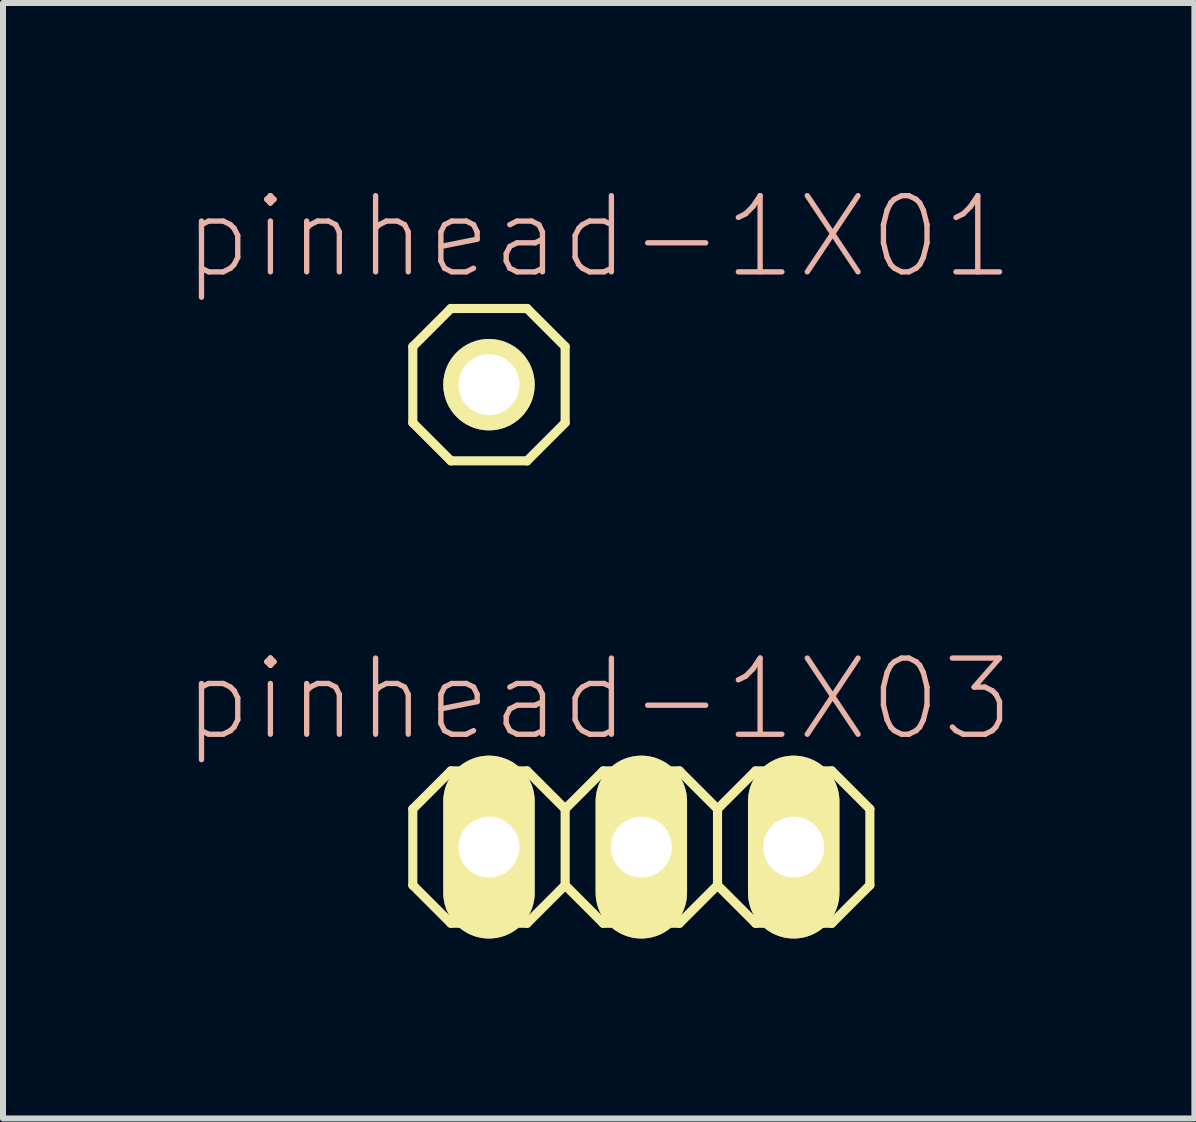
<source format=kicad_pcb>
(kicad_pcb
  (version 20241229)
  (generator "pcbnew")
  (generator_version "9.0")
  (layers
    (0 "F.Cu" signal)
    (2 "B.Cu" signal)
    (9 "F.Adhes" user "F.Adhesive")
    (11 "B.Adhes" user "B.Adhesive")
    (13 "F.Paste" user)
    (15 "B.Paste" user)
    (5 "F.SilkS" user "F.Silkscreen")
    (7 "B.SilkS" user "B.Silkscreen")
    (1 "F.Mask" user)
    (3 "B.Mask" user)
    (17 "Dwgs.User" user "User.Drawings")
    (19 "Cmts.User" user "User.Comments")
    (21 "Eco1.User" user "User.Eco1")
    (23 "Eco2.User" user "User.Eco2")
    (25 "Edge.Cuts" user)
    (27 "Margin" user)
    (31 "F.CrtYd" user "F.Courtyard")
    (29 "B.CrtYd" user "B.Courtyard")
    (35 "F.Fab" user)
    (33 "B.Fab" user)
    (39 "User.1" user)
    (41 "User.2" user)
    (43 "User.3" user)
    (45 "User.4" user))
  (footprint "pinhead-1X01"
    (layer "F.Cu")
    (at 5.102 3.363)
    (property "Reference" "pinhead-1X01" (at 1.829 -2.464 0) (layer "B.SilkS") (effects (font (size 1.27 1.27) (thickness 0.089))))
    (attr exclude_from_pos_files exclude_from_bom)
    (fp_line (start -1.27 -0.635) (end -1.27 0.635) (stroke (width 0.152) (type solid)) (layer "F.SilkS"))
    (fp_line (start -1.27 0.635) (end -0.635 1.27) (stroke (width 0.152) (type solid)) (layer "F.SilkS"))
    (fp_line (start -0.635 -1.27) (end -1.27 -0.635) (stroke (width 0.152) (type solid)) (layer "F.SilkS"))
    (fp_line (start -0.635 -1.27) (end 0.635 -1.27) (stroke (width 0.152) (type solid)) (layer "F.SilkS"))
    (fp_line (start -0.254 -0.254) (end 0.254 -0.254) (stroke (width 0.066) (type solid)) (layer "F.SilkS"))
    (fp_line (start -0.254 0.254) (end -0.254 -0.254) (stroke (width 0.066) (type solid)) (layer "F.SilkS"))
    (fp_line (start -0.254 0.254) (end 0.254 0.254) (stroke (width 0.066) (type solid)) (layer "F.SilkS"))
    (fp_line (start 0.254 0.254) (end 0.254 -0.254) (stroke (width 0.066) (type solid)) (layer "F.SilkS"))
    (fp_line (start 0.635 -1.27) (end 1.27 -0.635) (stroke (width 0.152) (type solid)) (layer "F.SilkS"))
    (fp_line (start 0.635 1.27) (end -0.635 1.27) (stroke (width 0.152) (type solid)) (layer "F.SilkS"))
    (fp_line (start 1.27 -0.635) (end 1.27 0.635) (stroke (width 0.152) (type solid)) (layer "F.SilkS"))
    (fp_line (start 1.27 0.635) (end 0.635 1.27) (stroke (width 0.152) (type solid)) (layer "F.SilkS"))
    (pad "1" thru_hole circle (at 0 0) (size 1.524 1.524) (drill 1.016) (layers "*.Cu" "F.Mask" "F.SilkS" "F.Paste")))
  (footprint "pinhead-1X03"
    (layer "F.Cu")
    (at 7.642 11.072)
    (property "Reference" "pinhead-1X03" (at -0.711 -2.464 0) (layer "B.SilkS") (effects (font (size 1.27 1.27) (thickness 0.089))))
    (attr exclude_from_pos_files exclude_from_bom)
    (fp_line (start -3.81 -0.635) (end -3.81 0.635) (stroke (width 0.152) (type solid)) (layer "F.SilkS"))
    (fp_line (start -3.81 0.635) (end -3.175 1.27) (stroke (width 0.152) (type solid)) (layer "F.SilkS"))
    (fp_line (start -3.175 -1.27) (end -3.81 -0.635) (stroke (width 0.152) (type solid)) (layer "F.SilkS"))
    (fp_line (start -3.175 -1.27) (end -1.905 -1.27) (stroke (width 0.152) (type solid)) (layer "F.SilkS"))
    (fp_line (start -2.794 -0.254) (end -2.286 -0.254) (stroke (width 0.066) (type solid)) (layer "F.SilkS"))
    (fp_line (start -2.794 0.254) (end -2.794 -0.254) (stroke (width 0.066) (type solid)) (layer "F.SilkS"))
    (fp_line (start -2.794 0.254) (end -2.286 0.254) (stroke (width 0.066) (type solid)) (layer "F.SilkS"))
    (fp_line (start -2.286 0.254) (end -2.286 -0.254) (stroke (width 0.066) (type solid)) (layer "F.SilkS"))
    (fp_line (start -1.905 -1.27) (end -1.27 -0.635) (stroke (width 0.152) (type solid)) (layer "F.SilkS"))
    (fp_line (start -1.905 1.27) (end -3.175 1.27) (stroke (width 0.152) (type solid)) (layer "F.SilkS"))
    (fp_line (start -1.27 -0.635) (end -1.27 0.635) (stroke (width 0.152) (type solid)) (layer "F.SilkS"))
    (fp_line (start -1.27 -0.635) (end -0.635 -1.27) (stroke (width 0.152) (type solid)) (layer "F.SilkS"))
    (fp_line (start -1.27 0.635) (end -1.905 1.27) (stroke (width 0.152) (type solid)) (layer "F.SilkS"))
    (fp_line (start -0.635 -1.27) (end 0.635 -1.27) (stroke (width 0.152) (type solid)) (layer "F.SilkS"))
    (fp_line (start -0.635 1.27) (end -1.27 0.635) (stroke (width 0.152) (type solid)) (layer "F.SilkS"))
    (fp_line (start -0.254 -0.254) (end 0.254 -0.254) (stroke (width 0.066) (type solid)) (layer "F.SilkS"))
    (fp_line (start -0.254 0.254) (end -0.254 -0.254) (stroke (width 0.066) (type solid)) (layer "F.SilkS"))
    (fp_line (start -0.254 0.254) (end 0.254 0.254) (stroke (width 0.066) (type solid)) (layer "F.SilkS"))
    (fp_line (start 0.254 0.254) (end 0.254 -0.254) (stroke (width 0.066) (type solid)) (layer "F.SilkS"))
    (fp_line (start 0.635 -1.27) (end 1.27 -0.635) (stroke (width 0.152) (type solid)) (layer "F.SilkS"))
    (fp_line (start 0.635 1.27) (end -0.635 1.27) (stroke (width 0.152) (type solid)) (layer "F.SilkS"))
    (fp_line (start 1.27 -0.635) (end 1.27 0.635) (stroke (width 0.152) (type solid)) (layer "F.SilkS"))
    (fp_line (start 1.27 -0.635) (end 1.905 -1.27) (stroke (width 0.152) (type solid)) (layer "F.SilkS"))
    (fp_line (start 1.27 0.635) (end 0.635 1.27) (stroke (width 0.152) (type solid)) (layer "F.SilkS"))
    (fp_line (start 1.905 -1.27) (end 3.175 -1.27) (stroke (width 0.152) (type solid)) (layer "F.SilkS"))
    (fp_line (start 1.905 1.27) (end 1.27 0.635) (stroke (width 0.152) (type solid)) (layer "F.SilkS"))
    (fp_line (start 2.286 -0.254) (end 2.794 -0.254) (stroke (width 0.066) (type solid)) (layer "F.SilkS"))
    (fp_line (start 2.286 0.254) (end 2.286 -0.254) (stroke (width 0.066) (type solid)) (layer "F.SilkS"))
    (fp_line (start 2.286 0.254) (end 2.794 0.254) (stroke (width 0.066) (type solid)) (layer "F.SilkS"))
    (fp_line (start 2.794 0.254) (end 2.794 -0.254) (stroke (width 0.066) (type solid)) (layer "F.SilkS"))
    (fp_line (start 3.175 -1.27) (end 3.81 -0.635) (stroke (width 0.152) (type solid)) (layer "F.SilkS"))
    (fp_line (start 3.175 1.27) (end 1.905 1.27) (stroke (width 0.152) (type solid)) (layer "F.SilkS"))
    (fp_line (start 3.81 -0.635) (end 3.81 0.635) (stroke (width 0.152) (type solid)) (layer "F.SilkS"))
    (fp_line (start 3.81 0.635) (end 3.175 1.27) (stroke (width 0.152) (type solid)) (layer "F.SilkS"))
    (pad "1" thru_hole oval (at -2.54 0) (size 1.524 3.048) (drill 1.016) (layers "*.Cu" "F.Mask" "F.SilkS" "F.Paste"))
    (pad "2" thru_hole oval (at 0 0) (size 1.524 3.048) (drill 1.016) (layers "*.Cu" "F.Mask" "F.SilkS" "F.Paste"))
    (pad "3" thru_hole oval (at 2.54 0) (size 1.524 3.048) (drill 1.016) (layers "*.Cu" "F.Mask" "F.SilkS" "F.Paste")))
  (gr_rect
    (start -3 -3)
    (end 16.862 15.596)
    (stroke (width 0.1) (type default))
    (fill no)
    (layer "Edge.Cuts")))
</source>
